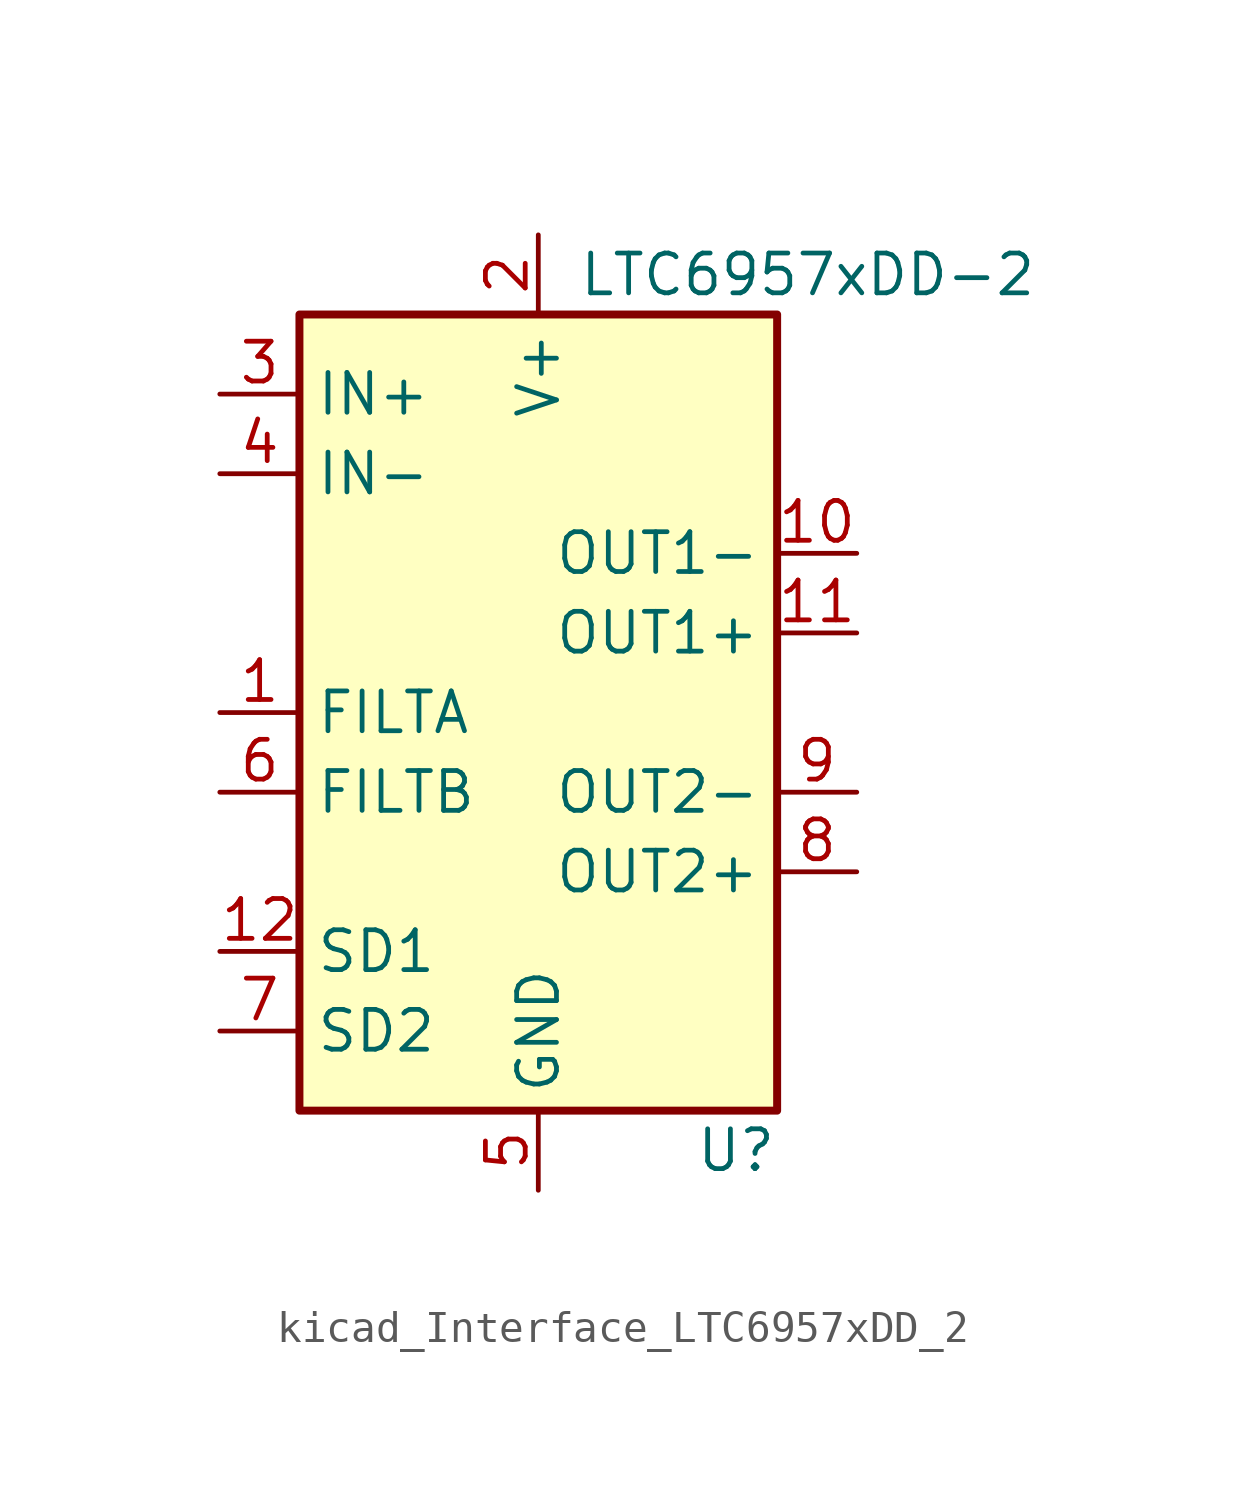
<source format=kicad_sym>
(kicad_symbol_lib
  (version 20220914)
  (generator kicad_symbol_editor)
  (symbol "kicad_Interface_LTC6957xDD_2"
    (property "Reference" "U"
      (at 7.62 -13.97 0)
      (effects (font (size 1.27 1.27)) (justify right)))
    (property "Value" "LTC6957xDD-2"
      (at 1.27 13.97 0)
      (effects (font (size 1.27 1.27)) (justify left)))
    (symbol "kicad_Interface_LTC6957xDD_2_0_1"
      (rectangle (start -7.62 12.7) (end 7.62 -12.7) (stroke (width 0.254) (type default)) (fill (type background))))
    (symbol "kicad_Interface_LTC6957xDD_2_1_1"
      (pin input line (at -10.16 0 0) (length 2.54) (name "FILTA" (effects (font (size 1.27 1.27)))) (number "1" (effects (font (size 1.27 1.27)))))
      (pin output line (at 10.16 5.08 180) (length 2.54) (name "OUT1-" (effects (font (size 1.27 1.27)))) (number "10" (effects (font (size 1.27 1.27)))))
      (pin output line (at 10.16 2.54 180) (length 2.54) (name "OUT1+" (effects (font (size 1.27 1.27)))) (number "11" (effects (font (size 1.27 1.27)))))
      (pin input line (at -10.16 -7.62 0) (length 2.54) (name "SD1" (effects (font (size 1.27 1.27)))) (number "12" (effects (font (size 1.27 1.27)))))
      (pin passive line (at 0 -15.24 90) (length 2.54) hide (name "GND" (effects (font (size 1.27 1.27)))) (number "13" (effects (font (size 1.27 1.27)))))
      (pin power_in line (at 0 15.24 270) (length 2.54) (name "V+" (effects (font (size 1.27 1.27)))) (number "2" (effects (font (size 1.27 1.27)))))
      (pin input line (at -10.16 10.16 0) (length 2.54) (name "IN+" (effects (font (size 1.27 1.27)))) (number "3" (effects (font (size 1.27 1.27)))))
      (pin input line (at -10.16 7.62 0) (length 2.54) (name "IN-" (effects (font (size 1.27 1.27)))) (number "4" (effects (font (size 1.27 1.27)))))
      (pin power_in line (at 0 -15.24 90) (length 2.54) (name "GND" (effects (font (size 1.27 1.27)))) (number "5" (effects (font (size 1.27 1.27)))))
      (pin input line (at -10.16 -2.54 0) (length 2.54) (name "FILTB" (effects (font (size 1.27 1.27)))) (number "6" (effects (font (size 1.27 1.27)))))
      (pin input line (at -10.16 -10.16 0) (length 2.54) (name "SD2" (effects (font (size 1.27 1.27)))) (number "7" (effects (font (size 1.27 1.27)))))
      (pin output line (at 10.16 -5.08 180) (length 2.54) (name "OUT2+" (effects (font (size 1.27 1.27)))) (number "8" (effects (font (size 1.27 1.27)))))
      (pin output line (at 10.16 -2.54 180) (length 2.54) (name "OUT2-" (effects (font (size 1.27 1.27)))) (number "9" (effects (font (size 1.27 1.27))))))))
</source>
